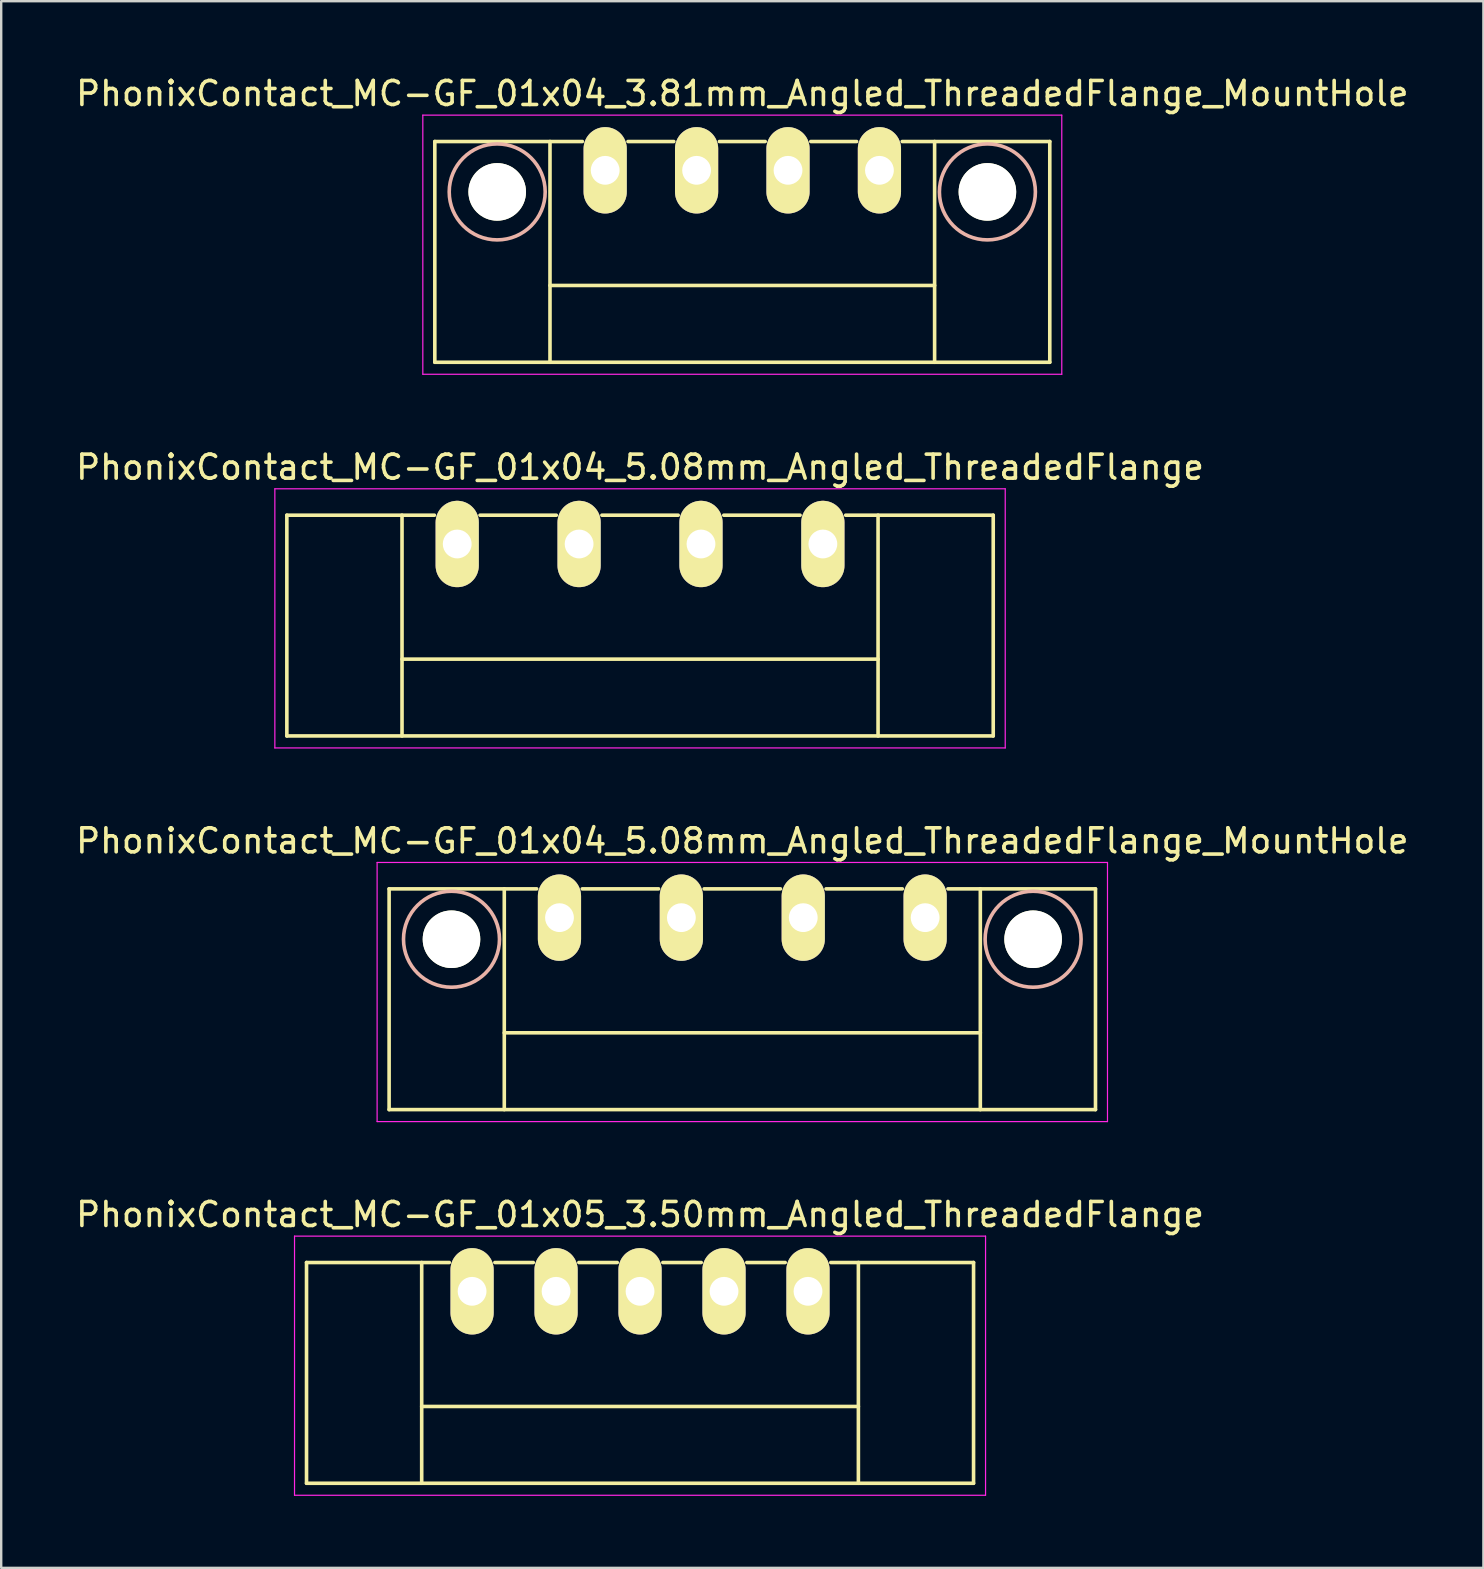
<source format=kicad_pcb>
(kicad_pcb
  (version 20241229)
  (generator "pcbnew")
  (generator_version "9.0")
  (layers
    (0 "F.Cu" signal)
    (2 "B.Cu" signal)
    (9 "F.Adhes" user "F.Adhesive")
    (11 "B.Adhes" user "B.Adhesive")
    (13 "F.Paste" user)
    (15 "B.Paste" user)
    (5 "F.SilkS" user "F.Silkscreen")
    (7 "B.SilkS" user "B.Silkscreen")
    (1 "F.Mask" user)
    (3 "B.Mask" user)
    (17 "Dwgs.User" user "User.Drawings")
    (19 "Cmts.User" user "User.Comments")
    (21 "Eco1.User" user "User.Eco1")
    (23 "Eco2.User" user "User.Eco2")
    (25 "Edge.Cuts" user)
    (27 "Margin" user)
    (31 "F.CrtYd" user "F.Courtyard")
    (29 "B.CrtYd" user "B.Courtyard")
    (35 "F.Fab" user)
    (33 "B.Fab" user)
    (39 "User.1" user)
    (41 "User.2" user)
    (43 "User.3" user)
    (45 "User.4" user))
  (footprint "PhonixContact_MC-GF_01x04_5.08mm_Angled_ThreadedFlange"
    (layer "F.Cu")
    (at 16.005 19.622)
    (property "Reference" "PhonixContact_MC-GF_01x04_5.08mm_Angled_ThreadedFlange" (at 7.62 -3.2 0) (layer "F.SilkS") (effects (font (size 1 1) (thickness 0.15))))
    (attr through_hole)
    (fp_line (start -7.1 -1.2) (end -7.1 8) (stroke (width 0.15) (type solid)) (layer "F.SilkS"))
    (fp_line (start -7.1 -1.2) (end -0.95 -1.2) (stroke (width 0.15) (type solid)) (layer "F.SilkS"))
    (fp_line (start -7.1 8) (end 22.34 8) (stroke (width 0.15) (type solid)) (layer "F.SilkS"))
    (fp_line (start -2.3 -1.2) (end -2.3 8) (stroke (width 0.15) (type solid)) (layer "F.SilkS"))
    (fp_line (start -2.3 4.8) (end 17.54 4.8) (stroke (width 0.15) (type solid)) (layer "F.SilkS"))
    (fp_line (start 0.95 -1.2) (end 4.13 -1.2) (stroke (width 0.15) (type solid)) (layer "F.SilkS"))
    (fp_line (start 6.03 -1.2) (end 9.21 -1.2) (stroke (width 0.15) (type solid)) (layer "F.SilkS"))
    (fp_line (start 11.11 -1.2) (end 14.29 -1.2) (stroke (width 0.15) (type solid)) (layer "F.SilkS"))
    (fp_line (start 17.54 -1.2) (end 17.54 8) (stroke (width 0.15) (type solid)) (layer "F.SilkS"))
    (fp_line (start 22.34 -1.2) (end 16.19 -1.2) (stroke (width 0.15) (type solid)) (layer "F.SilkS"))
    (fp_line (start 22.34 8) (end 22.34 -1.2) (stroke (width 0.15) (type solid)) (layer "F.SilkS"))
    (fp_line (start -7.6 -2.3) (end -7.6 8.5) (stroke (width 0.05) (type solid)) (layer "F.CrtYd"))
    (fp_line (start -7.6 8.5) (end 22.84 8.5) (stroke (width 0.05) (type solid)) (layer "F.CrtYd"))
    (fp_line (start 22.84 -2.3) (end -7.6 -2.3) (stroke (width 0.05) (type solid)) (layer "F.CrtYd"))
    (fp_line (start 22.84 8.5) (end 22.84 -2.3) (stroke (width 0.05) (type solid)) (layer "F.CrtYd"))
    (pad "1" thru_hole oval (at 0 0) (size 1.8 3.6) (drill 1.2) (layers "*.Cu" "*.Mask" "F.SilkS"))
    (pad "2" thru_hole oval (at 5.08 0) (size 1.8 3.6) (drill 1.2) (layers "*.Cu" "*.Mask" "F.SilkS"))
    (pad "3" thru_hole oval (at 10.16 0) (size 1.8 3.6) (drill 1.2) (layers "*.Cu" "*.Mask" "F.SilkS"))
    (pad "4" thru_hole oval (at 15.24 0) (size 1.8 3.6) (drill 1.2) (layers "*.Cu" "*.Mask" "F.SilkS")))
  (footprint "PhonixContact_MC-GF_01x04_5.08mm_Angled_ThreadedFlange_MountHole"
    (layer "F.Cu")
    (at 20.267 35.195)
    (property "Reference" "PhonixContact_MC-GF_01x04_5.08mm_Angled_ThreadedFlange_MountHole" (at 7.62 -3.2 0) (layer "F.SilkS") (effects (font (size 1 1) (thickness 0.15))))
    (attr through_hole)
    (fp_line (start -7.1 -1.2) (end -7.1 8) (stroke (width 0.15) (type solid)) (layer "F.SilkS"))
    (fp_line (start -7.1 -1.2) (end -0.95 -1.2) (stroke (width 0.15) (type solid)) (layer "F.SilkS"))
    (fp_line (start -7.1 8) (end 22.34 8) (stroke (width 0.15) (type solid)) (layer "F.SilkS"))
    (fp_line (start -2.3 -1.2) (end -2.3 8) (stroke (width 0.15) (type solid)) (layer "F.SilkS"))
    (fp_line (start -2.3 4.8) (end 17.54 4.8) (stroke (width 0.15) (type solid)) (layer "F.SilkS"))
    (fp_line (start 0.95 -1.2) (end 4.13 -1.2) (stroke (width 0.15) (type solid)) (layer "F.SilkS"))
    (fp_line (start 6.03 -1.2) (end 9.21 -1.2) (stroke (width 0.15) (type solid)) (layer "F.SilkS"))
    (fp_line (start 11.11 -1.2) (end 14.29 -1.2) (stroke (width 0.15) (type solid)) (layer "F.SilkS"))
    (fp_line (start 17.54 -1.2) (end 17.54 8) (stroke (width 0.15) (type solid)) (layer "F.SilkS"))
    (fp_line (start 22.34 -1.2) (end 16.19 -1.2) (stroke (width 0.15) (type solid)) (layer "F.SilkS"))
    (fp_line (start 22.34 8) (end 22.34 -1.2) (stroke (width 0.15) (type solid)) (layer "F.SilkS"))
    (fp_circle (center -4.5 0.9) (end -2.5 0.9) (stroke (width 0.15) (type solid)) (fill no) (layer "B.SilkS"))
    (fp_circle (center 19.74 0.9) (end 21.74 0.9) (stroke (width 0.15) (type solid)) (fill no) (layer "B.SilkS"))
    (fp_line (start -7.6 -2.3) (end -7.6 8.5) (stroke (width 0.05) (type solid)) (layer "F.CrtYd"))
    (fp_line (start -7.6 8.5) (end 22.84 8.5) (stroke (width 0.05) (type solid)) (layer "F.CrtYd"))
    (fp_line (start 22.84 -2.3) (end -7.6 -2.3) (stroke (width 0.05) (type solid)) (layer "F.CrtYd"))
    (fp_line (start 22.84 8.5) (end 22.84 -2.3) (stroke (width 0.05) (type solid)) (layer "F.CrtYd"))
    (pad "" np_thru_hole circle (at -4.5 0.9) (size 2.4 2.4) (drill 2.4) (layers "*.Cu" "*.Mask" "F.SilkS"))
    (pad "" np_thru_hole circle (at 19.74 0.9) (size 2.4 2.4) (drill 2.4) (layers "*.Cu" "*.Mask" "F.SilkS"))
    (pad "1" thru_hole oval (at 0 0) (size 1.8 3.6) (drill 1.2) (layers "*.Cu" "*.Mask" "F.SilkS"))
    (pad "2" thru_hole oval (at 5.08 0) (size 1.8 3.6) (drill 1.2) (layers "*.Cu" "*.Mask" "F.SilkS"))
    (pad "3" thru_hole oval (at 10.16 0) (size 1.8 3.6) (drill 1.2) (layers "*.Cu" "*.Mask" "F.SilkS"))
    (pad "4" thru_hole oval (at 15.24 0) (size 1.8 3.6) (drill 1.2) (layers "*.Cu" "*.Mask" "F.SilkS")))
  (footprint "PhonixContact_MC-GF_01x05_3.50mm_Angled_ThreadedFlange"
    (layer "F.Cu")
    (at 16.625 50.768)
    (property "Reference" "PhonixContact_MC-GF_01x05_3.50mm_Angled_ThreadedFlange" (at 7 -3.2 0) (layer "F.SilkS") (effects (font (size 1 1) (thickness 0.15))))
    (attr through_hole)
    (fp_line (start -6.9 -1.2) (end -6.9 8) (stroke (width 0.15) (type solid)) (layer "F.SilkS"))
    (fp_line (start -6.9 -1.2) (end -0.95 -1.2) (stroke (width 0.15) (type solid)) (layer "F.SilkS"))
    (fp_line (start -6.9 8) (end 20.9 8) (stroke (width 0.15) (type solid)) (layer "F.SilkS"))
    (fp_line (start -2.1 -1.2) (end -2.1 8) (stroke (width 0.15) (type solid)) (layer "F.SilkS"))
    (fp_line (start -2.1 4.8) (end 16.1 4.8) (stroke (width 0.15) (type solid)) (layer "F.SilkS"))
    (fp_line (start 0.95 -1.2) (end 2.55 -1.2) (stroke (width 0.15) (type solid)) (layer "F.SilkS"))
    (fp_line (start 4.45 -1.2) (end 6.05 -1.2) (stroke (width 0.15) (type solid)) (layer "F.SilkS"))
    (fp_line (start 7.95 -1.2) (end 9.55 -1.2) (stroke (width 0.15) (type solid)) (layer "F.SilkS"))
    (fp_line (start 11.45 -1.2) (end 13.05 -1.2) (stroke (width 0.15) (type solid)) (layer "F.SilkS"))
    (fp_line (start 16.1 -1.2) (end 16.1 8) (stroke (width 0.15) (type solid)) (layer "F.SilkS"))
    (fp_line (start 20.9 -1.2) (end 14.95 -1.2) (stroke (width 0.15) (type solid)) (layer "F.SilkS"))
    (fp_line (start 20.9 8) (end 20.9 -1.2) (stroke (width 0.15) (type solid)) (layer "F.SilkS"))
    (fp_line (start -7.4 -2.3) (end -7.4 8.5) (stroke (width 0.05) (type solid)) (layer "F.CrtYd"))
    (fp_line (start -7.4 8.5) (end 21.4 8.5) (stroke (width 0.05) (type solid)) (layer "F.CrtYd"))
    (fp_line (start 21.4 -2.3) (end -7.4 -2.3) (stroke (width 0.05) (type solid)) (layer "F.CrtYd"))
    (fp_line (start 21.4 8.5) (end 21.4 -2.3) (stroke (width 0.05) (type solid)) (layer "F.CrtYd"))
    (pad "1" thru_hole oval (at 0 0) (size 1.8 3.6) (drill 1.2) (layers "*.Cu" "*.Mask" "F.SilkS"))
    (pad "2" thru_hole oval (at 3.5 0) (size 1.8 3.6) (drill 1.2) (layers "*.Cu" "*.Mask" "F.SilkS"))
    (pad "3" thru_hole oval (at 7 0) (size 1.8 3.6) (drill 1.2) (layers "*.Cu" "*.Mask" "F.SilkS"))
    (pad "4" thru_hole oval (at 10.5 0) (size 1.8 3.6) (drill 1.2) (layers "*.Cu" "*.Mask" "F.SilkS"))
    (pad "5" thru_hole oval (at 14 0) (size 1.8 3.6) (drill 1.2) (layers "*.Cu" "*.Mask" "F.SilkS")))
  (footprint "PhonixContact_MC-GF_01x04_3.81mm_Angled_ThreadedFlange_MountHole"
    (layer "F.Cu")
    (at 22.172 4.048)
    (property "Reference" "PhonixContact_MC-GF_01x04_3.81mm_Angled_ThreadedFlange_MountHole" (at 5.715 -3.2 0) (layer "F.SilkS") (effects (font (size 1 1) (thickness 0.15))))
    (attr through_hole)
    (fp_line (start -7.1 -1.2) (end -7.1 8) (stroke (width 0.15) (type solid)) (layer "F.SilkS"))
    (fp_line (start -7.1 -1.2) (end -0.95 -1.2) (stroke (width 0.15) (type solid)) (layer "F.SilkS"))
    (fp_line (start -7.1 8) (end 18.53 8) (stroke (width 0.15) (type solid)) (layer "F.SilkS"))
    (fp_line (start -2.3 -1.2) (end -2.3 8) (stroke (width 0.15) (type solid)) (layer "F.SilkS"))
    (fp_line (start -2.3 4.8) (end 13.73 4.8) (stroke (width 0.15) (type solid)) (layer "F.SilkS"))
    (fp_line (start 0.95 -1.2) (end 2.86 -1.2) (stroke (width 0.15) (type solid)) (layer "F.SilkS"))
    (fp_line (start 4.76 -1.2) (end 6.67 -1.2) (stroke (width 0.15) (type solid)) (layer "F.SilkS"))
    (fp_line (start 8.57 -1.2) (end 10.48 -1.2) (stroke (width 0.15) (type solid)) (layer "F.SilkS"))
    (fp_line (start 13.73 -1.2) (end 13.73 8) (stroke (width 0.15) (type solid)) (layer "F.SilkS"))
    (fp_line (start 18.53 -1.2) (end 12.38 -1.2) (stroke (width 0.15) (type solid)) (layer "F.SilkS"))
    (fp_line (start 18.53 8) (end 18.53 -1.2) (stroke (width 0.15) (type solid)) (layer "F.SilkS"))
    (fp_circle (center -4.5 0.9) (end -2.5 0.9) (stroke (width 0.15) (type solid)) (fill no) (layer "B.SilkS"))
    (fp_circle (center 15.93 0.9) (end 17.93 0.9) (stroke (width 0.15) (type solid)) (fill no) (layer "B.SilkS"))
    (fp_line (start -7.6 -2.3) (end -7.6 8.5) (stroke (width 0.05) (type solid)) (layer "F.CrtYd"))
    (fp_line (start -7.6 8.5) (end 19.03 8.5) (stroke (width 0.05) (type solid)) (layer "F.CrtYd"))
    (fp_line (start 19.03 -2.3) (end -7.6 -2.3) (stroke (width 0.05) (type solid)) (layer "F.CrtYd"))
    (fp_line (start 19.03 8.5) (end 19.03 -2.3) (stroke (width 0.05) (type solid)) (layer "F.CrtYd"))
    (pad "" np_thru_hole circle (at -4.5 0.9) (size 2.4 2.4) (drill 2.4) (layers "*.Cu" "*.Mask" "F.SilkS"))
    (pad "" np_thru_hole circle (at 15.93 0.9) (size 2.4 2.4) (drill 2.4) (layers "*.Cu" "*.Mask" "F.SilkS"))
    (pad "1" thru_hole oval (at 0 0) (size 1.8 3.6) (drill 1.2) (layers "*.Cu" "*.Mask" "F.SilkS"))
    (pad "2" thru_hole oval (at 3.81 0) (size 1.8 3.6) (drill 1.2) (layers "*.Cu" "*.Mask" "F.SilkS"))
    (pad "3" thru_hole oval (at 7.62 0) (size 1.8 3.6) (drill 1.2) (layers "*.Cu" "*.Mask" "F.SilkS"))
    (pad "4" thru_hole oval (at 11.43 0) (size 1.8 3.6) (drill 1.2) (layers "*.Cu" "*.Mask" "F.SilkS")))
  (gr_rect
    (start -3 -3)
    (end 58.774 62.293)
    (stroke (width 0.1) (type default))
    (fill no)
    (layer "Edge.Cuts")))
</source>
